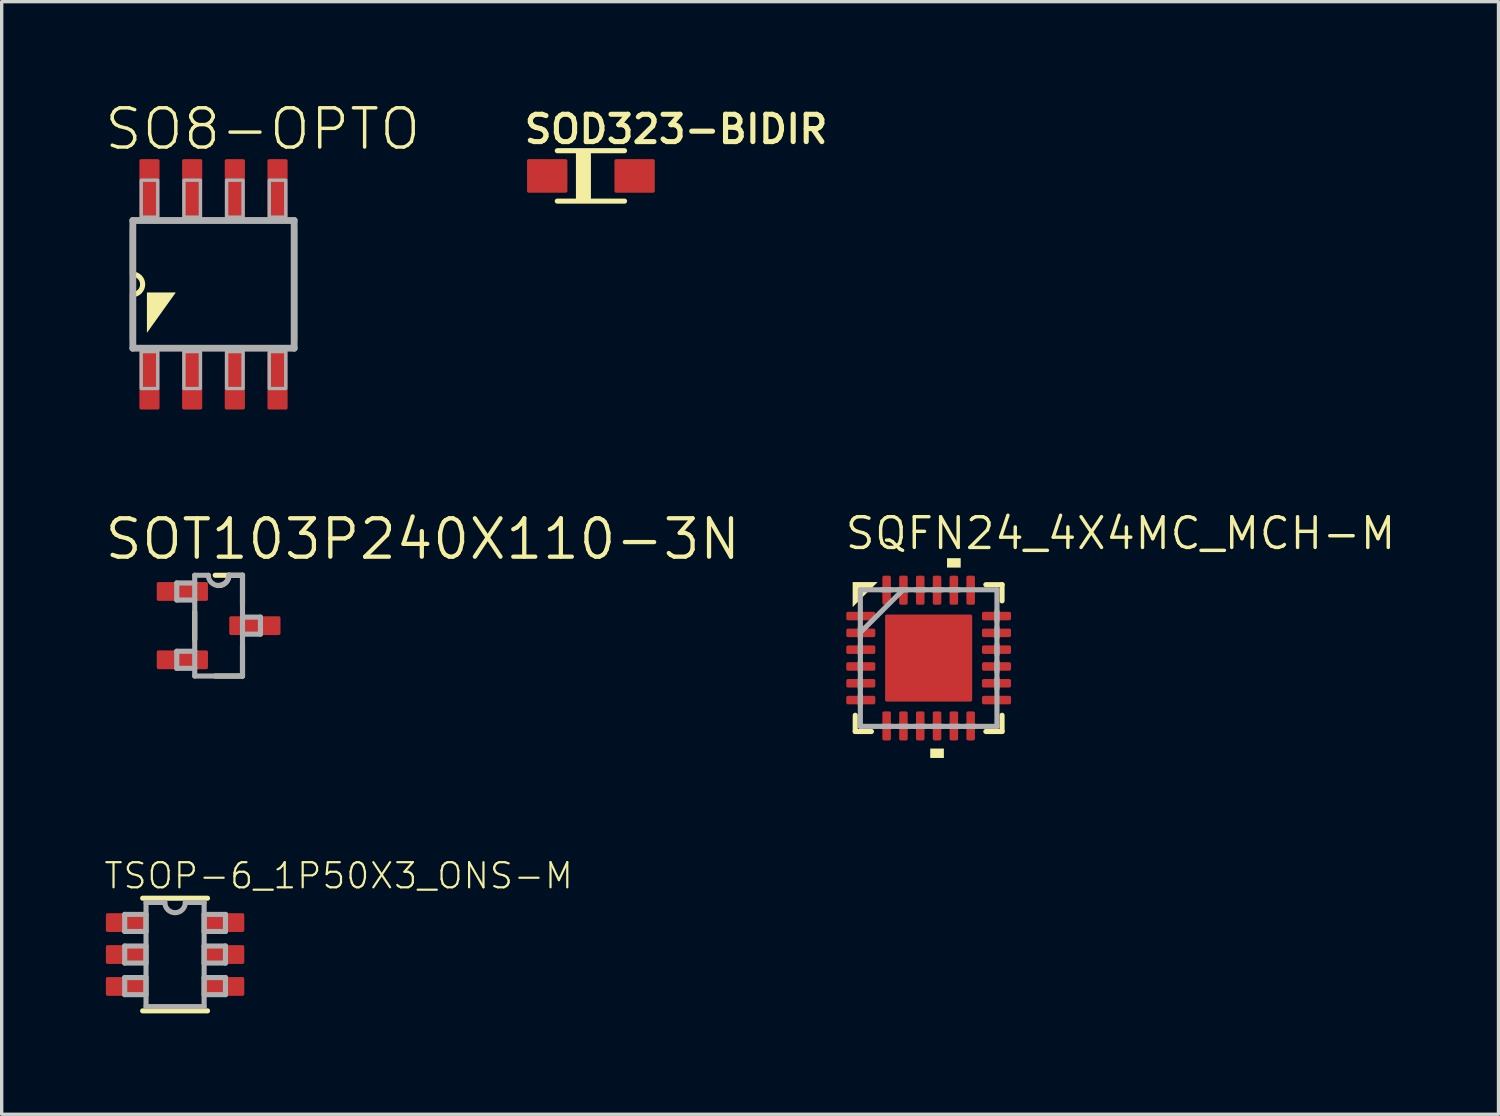
<source format=kicad_pcb>
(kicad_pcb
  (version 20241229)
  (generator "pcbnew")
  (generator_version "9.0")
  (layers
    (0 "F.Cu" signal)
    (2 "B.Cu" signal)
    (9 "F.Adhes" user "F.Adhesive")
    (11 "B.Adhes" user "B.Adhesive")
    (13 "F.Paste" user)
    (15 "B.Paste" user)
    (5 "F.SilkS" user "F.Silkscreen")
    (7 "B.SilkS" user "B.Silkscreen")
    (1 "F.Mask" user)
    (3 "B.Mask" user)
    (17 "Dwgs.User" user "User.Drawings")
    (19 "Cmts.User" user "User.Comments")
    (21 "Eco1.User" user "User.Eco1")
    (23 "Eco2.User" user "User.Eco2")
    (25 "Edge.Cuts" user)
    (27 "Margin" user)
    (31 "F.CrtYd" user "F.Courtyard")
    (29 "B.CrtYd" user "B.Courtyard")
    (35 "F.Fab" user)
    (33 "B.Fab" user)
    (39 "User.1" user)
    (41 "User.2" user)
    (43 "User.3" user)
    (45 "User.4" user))
  (footprint "SO8-OPTO"
    (layer "F.Cu")
    (at 3.302 5.41)
    (property "Reference" "SO8-OPTO" (at -3.302 -3.937 0) (layer "F.SilkS") (effects (font (size 1.168 1.168) (thickness 0.102)) (justify left bottom)))
    (fp_line (start -2.413 -1.638) (end -2.413 -0.305) (stroke (width 0.152) (type solid)) (layer "F.SilkS"))
    (fp_line (start -2.413 0.305) (end -2.413 1.638) (stroke (width 0.152) (type solid)) (layer "F.SilkS"))
    (fp_line (start 2.413 1.638) (end 2.413 -1.638) (stroke (width 0.152) (type solid)) (layer "F.SilkS"))
    (fp_arc (start -2.413 -0.3048) (mid -2.1082 0) (end -2.413 0.3048) (stroke (width 0.1524) (type solid)) (layer "F.SilkS"))
    (fp_poly (pts (xy -1.981 1.444) (xy -1.981 0.241) (xy -1.122 0.241)) (stroke (width 0) (type default)) (fill yes) (layer "F.SilkS"))
    (fp_line (start -2.4 -1.9) (end 2.4 -1.9) (stroke (width 0.203) (type solid)) (layer "F.Fab"))
    (fp_line (start -2.4 1.9) (end -2.4 -1.9) (stroke (width 0.203) (type solid)) (layer "F.Fab"))
    (fp_line (start 2.4 -1.9) (end 2.4 1.9) (stroke (width 0.203) (type solid)) (layer "F.Fab"))
    (fp_line (start 2.4 1.9) (end -2.4 1.9) (stroke (width 0.203) (type solid)) (layer "F.Fab"))
    (fp_poly (pts (xy -2.15 -2) (xy -1.66 -2) (xy -1.66 -3.1) (xy -2.15 -3.1)) (stroke (width 0.1) (type default)) (fill no) (layer "F.Fab"))
    (fp_poly (pts (xy -2.15 3.1) (xy -1.66 3.1) (xy -1.66 2) (xy -2.15 2)) (stroke (width 0.1) (type default)) (fill no) (layer "F.Fab"))
    (fp_poly (pts (xy -0.88 -2) (xy -0.39 -2) (xy -0.39 -3.1) (xy -0.88 -3.1)) (stroke (width 0.1) (type default)) (fill no) (layer "F.Fab"))
    (fp_poly (pts (xy -0.88 3.1) (xy -0.39 3.1) (xy -0.39 2) (xy -0.88 2)) (stroke (width 0.1) (type default)) (fill no) (layer "F.Fab"))
    (fp_poly (pts (xy 0.39 -2) (xy 0.88 -2) (xy 0.88 -3.1) (xy 0.39 -3.1)) (stroke (width 0.1) (type default)) (fill no) (layer "F.Fab"))
    (fp_poly (pts (xy 0.39 3.1) (xy 0.88 3.1) (xy 0.88 2) (xy 0.39 2)) (stroke (width 0.1) (type default)) (fill no) (layer "F.Fab"))
    (fp_poly (pts (xy 1.66 -2) (xy 2.15 -2) (xy 2.15 -3.1) (xy 1.66 -3.1)) (stroke (width 0.1) (type default)) (fill no) (layer "F.Fab"))
    (fp_poly (pts (xy 1.66 3.1) (xy 2.15 3.1) (xy 2.15 2) (xy 1.66 2)) (stroke (width 0.1) (type default)) (fill no) (layer "F.Fab"))
    (pad "1" smd roundrect (at -1.905 2.85) (size 0.6 1.75) (layers "F.Cu" "F.Mask" "F.Paste") (roundrect_rratio 0.085))
    (pad "2" smd roundrect (at -0.635 2.85) (size 0.6 1.75) (layers "F.Cu" "F.Mask" "F.Paste") (roundrect_rratio 0.085))
    (pad "3" smd roundrect (at 0.635 2.85) (size 0.6 1.75) (layers "F.Cu" "F.Mask" "F.Paste") (roundrect_rratio 0.085))
    (pad "4" smd roundrect (at 1.905 2.85) (size 0.6 1.75) (layers "F.Cu" "F.Mask" "F.Paste") (roundrect_rratio 0.085))
    (pad "5" smd roundrect (at 1.905 -2.85) (size 0.6 1.75) (layers "F.Cu" "F.Mask" "F.Paste") (roundrect_rratio 0.085))
    (pad "6" smd roundrect (at 0.635 -2.85) (size 0.6 1.75) (layers "F.Cu" "F.Mask" "F.Paste") (roundrect_rratio 0.085))
    (pad "7" smd roundrect (at -0.635 -2.85) (size 0.6 1.75) (layers "F.Cu" "F.Mask" "F.Paste") (roundrect_rratio 0.085))
    (pad "8" smd roundrect (at -1.905 -2.85) (size 0.6 1.75) (layers "F.Cu" "F.Mask" "F.Paste") (roundrect_rratio 0.085)))
  (footprint "SOD323-BIDIR"
    (layer "F.Cu")
    (at 14.531 2.184)
    (property "Reference" "SOD323-BIDIR" (at -2.057 -0.914 0) (layer "F.SilkS") (effects (font (size 0.813 0.813) (thickness 0.152) (bold yes)) (justify left bottom)))
    (fp_line (start -1 -0.75) (end 1 -0.75) (stroke (width 0.152) (type solid)) (layer "F.SilkS"))
    (fp_line (start 1 0.75) (end -1 0.75) (stroke (width 0.152) (type solid)) (layer "F.SilkS"))
    (fp_poly (pts (xy -0.446 0.7) (xy 0 0.7) (xy 0 -0.7) (xy -0.446 -0.7)) (stroke (width 0) (type default)) (fill yes) (layer "F.SilkS"))
    (pad "1" smd roundrect (at -1.3 0) (size 1.2 1) (layers "F.Cu" "F.Mask" "F.Paste") (roundrect_rratio 0.051))
    (pad "2" smd roundrect (at 1.3 0) (size 1.2 1) (layers "F.Cu" "F.Mask" "F.Paste") (roundrect_rratio 0.051)))
  (footprint "TSOP-6_1P50X3_ONS-M"
    (layer "F.Cu")
    (at 2.159 25.349)
    (property "Reference" "TSOP-6_1P50X3_ONS-M" (at -2.159 -1.905 0) (layer "F.SilkS") (effects (font (size 0.748 0.748) (thickness 0.065)) (justify left bottom)))
    (fp_line (start -0.965 1.676) (end 0.965 1.676) (stroke (width 0.152) (type solid)) (layer "F.SilkS"))
    (fp_line (start 0.965 -1.676) (end -0.965 -1.676) (stroke (width 0.152) (type solid)) (layer "F.SilkS"))
    (fp_line (start -1.499 -1.194) (end -1.499 -0.686) (stroke (width 0.152) (type solid)) (layer "F.Fab"))
    (fp_line (start -1.499 -0.686) (end -0.864 -0.686) (stroke (width 0.152) (type solid)) (layer "F.Fab"))
    (fp_line (start -1.499 -0.254) (end -1.499 0.254) (stroke (width 0.152) (type solid)) (layer "F.Fab"))
    (fp_line (start -1.499 0.254) (end -0.864 0.254) (stroke (width 0.152) (type solid)) (layer "F.Fab"))
    (fp_line (start -1.499 0.686) (end -1.499 1.194) (stroke (width 0.152) (type solid)) (layer "F.Fab"))
    (fp_line (start -1.499 1.194) (end -0.864 1.194) (stroke (width 0.152) (type solid)) (layer "F.Fab"))
    (fp_line (start -0.864 -1.549) (end -0.864 1.549) (stroke (width 0.152) (type solid)) (layer "F.Fab"))
    (fp_line (start -0.864 -1.194) (end -1.499 -1.194) (stroke (width 0.152) (type solid)) (layer "F.Fab"))
    (fp_line (start -0.864 -0.686) (end -0.864 -1.194) (stroke (width 0.152) (type solid)) (layer "F.Fab"))
    (fp_line (start -0.864 -0.254) (end -1.499 -0.254) (stroke (width 0.152) (type solid)) (layer "F.Fab"))
    (fp_line (start -0.864 0.254) (end -0.864 -0.254) (stroke (width 0.152) (type solid)) (layer "F.Fab"))
    (fp_line (start -0.864 0.686) (end -1.499 0.686) (stroke (width 0.152) (type solid)) (layer "F.Fab"))
    (fp_line (start -0.864 1.194) (end -0.864 0.686) (stroke (width 0.152) (type solid)) (layer "F.Fab"))
    (fp_line (start -0.864 1.549) (end 0.864 1.549) (stroke (width 0.152) (type solid)) (layer "F.Fab"))
    (fp_line (start -0.305 -1.549) (end -0.864 -1.549) (stroke (width 0.152) (type solid)) (layer "F.Fab"))
    (fp_line (start 0.864 -1.549) (end 0.305 -1.549) (stroke (width 0.152) (type solid)) (layer "F.Fab"))
    (fp_line (start 0.864 -1.194) (end 0.864 -0.686) (stroke (width 0.152) (type solid)) (layer "F.Fab"))
    (fp_line (start 0.864 -0.686) (end 1.499 -0.686) (stroke (width 0.152) (type solid)) (layer "F.Fab"))
    (fp_line (start 0.864 -0.254) (end 0.864 0.254) (stroke (width 0.152) (type solid)) (layer "F.Fab"))
    (fp_line (start 0.864 0.254) (end 1.499 0.254) (stroke (width 0.152) (type solid)) (layer "F.Fab"))
    (fp_line (start 0.864 0.686) (end 0.864 1.194) (stroke (width 0.152) (type solid)) (layer "F.Fab"))
    (fp_line (start 0.864 1.194) (end 1.499 1.194) (stroke (width 0.152) (type solid)) (layer "F.Fab"))
    (fp_line (start 0.864 1.549) (end 0.864 -1.549) (stroke (width 0.152) (type solid)) (layer "F.Fab"))
    (fp_line (start 1.499 -1.194) (end 0.864 -1.194) (stroke (width 0.152) (type solid)) (layer "F.Fab"))
    (fp_line (start 1.499 -0.686) (end 1.499 -1.194) (stroke (width 0.152) (type solid)) (layer "F.Fab"))
    (fp_line (start 1.499 -0.254) (end 0.864 -0.254) (stroke (width 0.152) (type solid)) (layer "F.Fab"))
    (fp_line (start 1.499 0.254) (end 1.499 -0.254) (stroke (width 0.152) (type solid)) (layer "F.Fab"))
    (fp_line (start 1.499 0.686) (end 0.864 0.686) (stroke (width 0.152) (type solid)) (layer "F.Fab"))
    (fp_line (start 1.499 1.194) (end 1.499 0.686) (stroke (width 0.152) (type solid)) (layer "F.Fab"))
    (fp_arc (start 0.3048 -1.5494) (mid 0 -1.2446) (end -0.3048 -1.5494) (stroke (width 0.1524) (type solid)) (layer "F.Fab"))
    (pad "1" smd roundrect (at -1.455 -0.95) (size 1.208 0.559) (layers "F.Cu" "F.Mask" "F.Paste") (roundrect_rratio 0.091))
    (pad "2" smd roundrect (at -1.455 0) (size 1.208 0.559) (layers "F.Cu" "F.Mask" "F.Paste") (roundrect_rratio 0.091))
    (pad "3" smd roundrect (at -1.455 0.95) (size 1.208 0.559) (layers "F.Cu" "F.Mask" "F.Paste") (roundrect_rratio 0.091))
    (pad "4" smd roundrect (at 1.455 0.95) (size 1.208 0.559) (layers "F.Cu" "F.Mask" "F.Paste") (roundrect_rratio 0.091))
    (pad "5" smd roundrect (at 1.455 0) (size 1.208 0.559) (layers "F.Cu" "F.Mask" "F.Paste") (roundrect_rratio 0.091))
    (pad "6" smd roundrect (at 1.455 -0.95) (size 1.208 0.559) (layers "F.Cu" "F.Mask" "F.Paste") (roundrect_rratio 0.091)))
  (footprint "SQFN24_4X4MC_MCH-M"
    (layer "F.Cu")
    (at 24.579 16.529)
    (property "Reference" "SQFN24_4X4MC_MCH-M" (at -2.54 -3.175 0) (layer "F.SilkS") (effects (font (size 0.914 0.914) (thickness 0.102)) (justify left bottom)))
    (fp_line (start -2.184 1.702) (end -2.184 2.184) (stroke (width 0.152) (type solid)) (layer "F.SilkS"))
    (fp_line (start -2.184 2.184) (end -1.702 2.184) (stroke (width 0.152) (type solid)) (layer "F.SilkS"))
    (fp_line (start 1.702 2.184) (end 2.184 2.184) (stroke (width 0.152) (type solid)) (layer "F.SilkS"))
    (fp_line (start 2.184 -2.184) (end 1.702 -2.184) (stroke (width 0.152) (type solid)) (layer "F.SilkS"))
    (fp_line (start 2.184 -1.702) (end 2.184 -2.184) (stroke (width 0.152) (type solid)) (layer "F.SilkS"))
    (fp_line (start 2.184 2.184) (end 2.184 1.702) (stroke (width 0.152) (type solid)) (layer "F.SilkS"))
    (fp_poly (pts (xy -2.261 -1.518) (xy -2.261 -2.261) (xy -1.518 -2.261)) (stroke (width 0) (type default)) (fill yes) (layer "F.SilkS"))
    (fp_poly (pts (xy 0.453 2.972) (xy 0.047 2.972) (xy 0.047 2.692) (xy 0.453 2.692)) (stroke (width 0) (type default)) (fill yes) (layer "F.SilkS"))
    (fp_poly (pts (xy 0.953 -2.692) (xy 0.547 -2.692) (xy 0.547 -2.972) (xy 0.953 -2.972)) (stroke (width 0) (type default)) (fill yes) (layer "F.SilkS"))
    (fp_poly (pts (xy -0.087 -0.087) (xy -1.208 -0.087) (xy -1.208 -1.208) (xy -0.087 -1.208)) (stroke (width 0) (type default)) (fill yes) (layer "F.Paste"))
    (fp_poly (pts (xy -0.087 1.208) (xy -1.208 1.208) (xy -1.208 0.087) (xy -0.087 0.087)) (stroke (width 0) (type default)) (fill yes) (layer "F.Paste"))
    (fp_poly (pts (xy 1.208 -0.087) (xy 0.087 -0.087) (xy 0.087 -1.208) (xy 1.208 -1.208)) (stroke (width 0) (type default)) (fill yes) (layer "F.Paste"))
    (fp_poly (pts (xy 1.208 1.208) (xy 0.087 1.208) (xy 0.087 0.087) (xy 1.208 0.087)) (stroke (width 0) (type default)) (fill yes) (layer "F.Paste"))
    (fp_line (start -2.032 -2.032) (end -2.032 2.032) (stroke (width 0.152) (type solid)) (layer "F.Fab"))
    (fp_line (start -2.032 -0.914) (end -2.032 -0.61) (stroke (width 0.152) (type solid)) (layer "F.Fab"))
    (fp_line (start -2.032 -0.762) (end -0.762 -2.032) (stroke (width 0.152) (type solid)) (layer "F.Fab"))
    (fp_line (start -2.032 -0.406) (end -2.032 -0.102) (stroke (width 0.152) (type solid)) (layer "F.Fab"))
    (fp_line (start -2.032 0.102) (end -2.032 0.406) (stroke (width 0.152) (type solid)) (layer "F.Fab"))
    (fp_line (start -2.032 0.61) (end -2.032 0.914) (stroke (width 0.152) (type solid)) (layer "F.Fab"))
    (fp_line (start -2.032 1.092) (end -2.032 1.397) (stroke (width 0.152) (type solid)) (layer "F.Fab"))
    (fp_line (start -2.032 2.032) (end 2.032 2.032) (stroke (width 0.152) (type solid)) (layer "F.Fab"))
    (fp_line (start -1.397 2.032) (end -1.092 2.032) (stroke (width 0.152) (type solid)) (layer "F.Fab"))
    (fp_line (start -1.092 -2.032) (end -1.397 -2.032) (stroke (width 0.152) (type solid)) (layer "F.Fab"))
    (fp_line (start -0.914 2.032) (end -0.61 2.032) (stroke (width 0.152) (type solid)) (layer "F.Fab"))
    (fp_line (start -0.61 -2.032) (end -0.914 -2.032) (stroke (width 0.152) (type solid)) (layer "F.Fab"))
    (fp_line (start -0.406 2.032) (end -0.102 2.032) (stroke (width 0.152) (type solid)) (layer "F.Fab"))
    (fp_line (start -0.102 -2.032) (end -0.406 -2.032) (stroke (width 0.152) (type solid)) (layer "F.Fab"))
    (fp_line (start 0.102 2.032) (end 0.406 2.032) (stroke (width 0.152) (type solid)) (layer "F.Fab"))
    (fp_line (start 0.406 -2.032) (end 0.102 -2.032) (stroke (width 0.152) (type solid)) (layer "F.Fab"))
    (fp_line (start 0.61 2.032) (end 0.914 2.032) (stroke (width 0.152) (type solid)) (layer "F.Fab"))
    (fp_line (start 0.914 -2.032) (end 0.61 -2.032) (stroke (width 0.152) (type solid)) (layer "F.Fab"))
    (fp_line (start 1.092 2.032) (end 1.397 2.032) (stroke (width 0.152) (type solid)) (layer "F.Fab"))
    (fp_line (start 2.032 -2.032) (end -2.032 -2.032) (stroke (width 0.152) (type solid)) (layer "F.Fab"))
    (fp_line (start 2.032 -1.092) (end 2.032 -1.397) (stroke (width 0.152) (type solid)) (layer "F.Fab"))
    (fp_line (start 2.032 -0.61) (end 2.032 -0.914) (stroke (width 0.152) (type solid)) (layer "F.Fab"))
    (fp_line (start 2.032 -0.102) (end 2.032 -0.406) (stroke (width 0.152) (type solid)) (layer "F.Fab"))
    (fp_line (start 2.032 0.406) (end 2.032 0.102) (stroke (width 0.152) (type solid)) (layer "F.Fab"))
    (fp_line (start 2.032 0.914) (end 2.032 0.61) (stroke (width 0.152) (type solid)) (layer "F.Fab"))
    (fp_line (start 2.032 2.032) (end 2.032 -2.032) (stroke (width 0.152) (type solid)) (layer "F.Fab"))
    (pad "1" smd roundrect (at -2.019 -1.25 270) (size 0.254 0.864) (layers "F.Cu" "F.Mask" "F.Paste") (roundrect_rratio 0.2))
    (pad "2" smd roundrect (at -2.019 -0.75 270) (size 0.254 0.864) (layers "F.Cu" "F.Mask" "F.Paste") (roundrect_rratio 0.2))
    (pad "3" smd roundrect (at -2.019 -0.25 270) (size 0.254 0.864) (layers "F.Cu" "F.Mask" "F.Paste") (roundrect_rratio 0.2))
    (pad "4" smd roundrect (at -2.019 0.25 270) (size 0.254 0.864) (layers "F.Cu" "F.Mask" "F.Paste") (roundrect_rratio 0.2))
    (pad "5" smd roundrect (at -2.019 0.75 270) (size 0.254 0.864) (layers "F.Cu" "F.Mask" "F.Paste") (roundrect_rratio 0.2))
    (pad "6" smd roundrect (at -2.019 1.25 270) (size 0.254 0.864) (layers "F.Cu" "F.Mask" "F.Paste") (roundrect_rratio 0.2))
    (pad "7" smd roundrect (at -1.25 2.019 180) (size 0.254 0.864) (layers "F.Cu" "F.Mask" "F.Paste") (roundrect_rratio 0.2))
    (pad "8" smd roundrect (at -0.75 2.019 180) (size 0.254 0.864) (layers "F.Cu" "F.Mask" "F.Paste") (roundrect_rratio 0.2))
    (pad "9" smd roundrect (at -0.25 2.019 180) (size 0.254 0.864) (layers "F.Cu" "F.Mask" "F.Paste") (roundrect_rratio 0.2))
    (pad "10" smd roundrect (at 0.25 2.019 180) (size 0.254 0.864) (layers "F.Cu" "F.Mask" "F.Paste") (roundrect_rratio 0.2))
    (pad "11" smd roundrect (at 0.75 2.019 180) (size 0.254 0.864) (layers "F.Cu" "F.Mask" "F.Paste") (roundrect_rratio 0.2))
    (pad "12" smd roundrect (at 1.25 2.019 180) (size 0.254 0.864) (layers "F.Cu" "F.Mask" "F.Paste") (roundrect_rratio 0.2))
    (pad "13" smd roundrect (at 2.019 1.25 270) (size 0.254 0.864) (layers "F.Cu" "F.Mask" "F.Paste") (roundrect_rratio 0.2))
    (pad "14" smd roundrect (at 2.019 0.75 270) (size 0.254 0.864) (layers "F.Cu" "F.Mask" "F.Paste") (roundrect_rratio 0.2))
    (pad "15" smd roundrect (at 2.019 0.25 270) (size 0.254 0.864) (layers "F.Cu" "F.Mask" "F.Paste") (roundrect_rratio 0.2))
    (pad "16" smd roundrect (at 2.019 -0.25 270) (size 0.254 0.864) (layers "F.Cu" "F.Mask" "F.Paste") (roundrect_rratio 0.2))
    (pad "17" smd roundrect (at 2.019 -0.75 270) (size 0.254 0.864) (layers "F.Cu" "F.Mask" "F.Paste") (roundrect_rratio 0.2))
    (pad "18" smd roundrect (at 2.019 -1.25 270) (size 0.254 0.864) (layers "F.Cu" "F.Mask" "F.Paste") (roundrect_rratio 0.2))
    (pad "19" smd roundrect (at 1.25 -2.019 180) (size 0.254 0.864) (layers "F.Cu" "F.Mask" "F.Paste") (roundrect_rratio 0.2))
    (pad "20" smd roundrect (at 0.75 -2.019 180) (size 0.254 0.864) (layers "F.Cu" "F.Mask" "F.Paste") (roundrect_rratio 0.2))
    (pad "21" smd roundrect (at 0.25 -2.019 180) (size 0.254 0.864) (layers "F.Cu" "F.Mask" "F.Paste") (roundrect_rratio 0.2))
    (pad "22" smd roundrect (at -0.25 -2.019 180) (size 0.254 0.864) (layers "F.Cu" "F.Mask" "F.Paste") (roundrect_rratio 0.2))
    (pad "23" smd roundrect (at -0.75 -2.019 180) (size 0.254 0.864) (layers "F.Cu" "F.Mask" "F.Paste") (roundrect_rratio 0.2))
    (pad "24" smd roundrect (at -1.25 -2.019 180) (size 0.254 0.864) (layers "F.Cu" "F.Mask" "F.Paste") (roundrect_rratio 0.2))
    (pad "25" smd roundrect (at 0 0) (size 2.591 2.591) (layers "F.Cu" "F.Mask") (roundrect_rratio 0.02)))
  (footprint "SOT103P240X110-3N"
    (layer "F.Cu")
    (at 3.454 15.564)
    (property "Reference" "SOT103P240X110-3N" (at -3.454 -1.905 0) (layer "F.SilkS") (effects (font (size 1.143 1.143) (thickness 0.127)) (justify left bottom)))
    (fp_line (start -0.711 -0.406) (end -0.711 0.406) (stroke (width 0.152) (type solid)) (layer "F.SilkS"))
    (fp_line (start -0.102 1.499) (end 0.711 1.499) (stroke (width 0.152) (type solid)) (layer "F.SilkS"))
    (fp_line (start 0.305 -1.499) (end -0.102 -1.499) (stroke (width 0.152) (type solid)) (layer "F.SilkS"))
    (fp_line (start 0.711 -1.499) (end 0.305 -1.499) (stroke (width 0.152) (type solid)) (layer "F.SilkS"))
    (fp_line (start 0.711 -0.61) (end 0.711 -1.499) (stroke (width 0.152) (type solid)) (layer "F.SilkS"))
    (fp_line (start 0.711 1.499) (end 0.711 0.61) (stroke (width 0.152) (type solid)) (layer "F.SilkS"))
    (fp_arc (start 0.3048 -1.4986) (mid 0.206758 -1.273554) (end -0.0254 -1.1938) (stroke (width 0.1524) (type solid)) (layer "F.SilkS"))
    (fp_line (start -1.245 -1.27) (end -1.245 -0.762) (stroke (width 0.152) (type solid)) (layer "F.Fab"))
    (fp_line (start -1.245 -0.762) (end -0.711 -0.762) (stroke (width 0.152) (type solid)) (layer "F.Fab"))
    (fp_line (start -1.245 0.762) (end -1.245 1.27) (stroke (width 0.152) (type solid)) (layer "F.Fab"))
    (fp_line (start -1.245 1.27) (end -0.711 1.27) (stroke (width 0.152) (type solid)) (layer "F.Fab"))
    (fp_line (start -0.711 -1.499) (end -0.711 -1.27) (stroke (width 0.152) (type solid)) (layer "F.Fab"))
    (fp_line (start -0.711 -1.27) (end -1.245 -1.27) (stroke (width 0.152) (type solid)) (layer "F.Fab"))
    (fp_line (start -0.711 -1.27) (end -0.711 -0.762) (stroke (width 0.152) (type solid)) (layer "F.Fab"))
    (fp_line (start -0.711 -0.762) (end -0.711 0.762) (stroke (width 0.152) (type solid)) (layer "F.Fab"))
    (fp_line (start -0.711 0.762) (end -1.245 0.762) (stroke (width 0.152) (type solid)) (layer "F.Fab"))
    (fp_line (start -0.711 1.27) (end -0.711 0.762) (stroke (width 0.152) (type solid)) (layer "F.Fab"))
    (fp_line (start -0.711 1.499) (end -0.711 1.27) (stroke (width 0.152) (type solid)) (layer "F.Fab"))
    (fp_line (start -0.711 1.499) (end 0.711 1.499) (stroke (width 0.152) (type solid)) (layer "F.Fab"))
    (fp_line (start -0.305 -1.499) (end -0.711 -1.499) (stroke (width 0.152) (type solid)) (layer "F.Fab"))
    (fp_line (start 0.711 -1.499) (end 0.305 -1.499) (stroke (width 0.152) (type solid)) (layer "F.Fab"))
    (fp_line (start 0.711 -0.254) (end 0.711 -1.499) (stroke (width 0.152) (type solid)) (layer "F.Fab"))
    (fp_line (start 0.711 0.254) (end 0.711 -0.254) (stroke (width 0.152) (type solid)) (layer "F.Fab"))
    (fp_line (start 0.711 0.254) (end 1.245 0.254) (stroke (width 0.152) (type solid)) (layer "F.Fab"))
    (fp_line (start 0.711 1.499) (end 0.711 0.254) (stroke (width 0.152) (type solid)) (layer "F.Fab"))
    (fp_line (start 1.245 -0.254) (end 0.711 -0.254) (stroke (width 0.152) (type solid)) (layer "F.Fab"))
    (fp_line (start 1.245 0.254) (end 1.245 -0.254) (stroke (width 0.152) (type solid)) (layer "F.Fab"))
    (fp_arc (start 0.3048 -1.4986) (mid 0 -1.1938) (end -0.3048 -1.4986) (stroke (width 0.1524) (type solid)) (layer "F.Fab"))
    (pad "1" smd roundrect (at -1.079 -1.016) (size 1.524 0.559) (layers "F.Cu" "F.Mask" "F.Paste") (roundrect_rratio 0.091))
    (pad "2" smd roundrect (at -1.079 1.016) (size 1.524 0.559) (layers "F.Cu" "F.Mask" "F.Paste") (roundrect_rratio 0.091))
    (pad "3" smd roundrect (at 1.079 0) (size 1.524 0.559) (layers "F.Cu" "F.Mask" "F.Paste") (roundrect_rratio 0.091)))
  (gr_rect
    (start -3 -3)
    (end 41.533 30.102)
    (stroke (width 0.1) (type default))
    (fill no)
    (layer "Edge.Cuts")))
</source>
